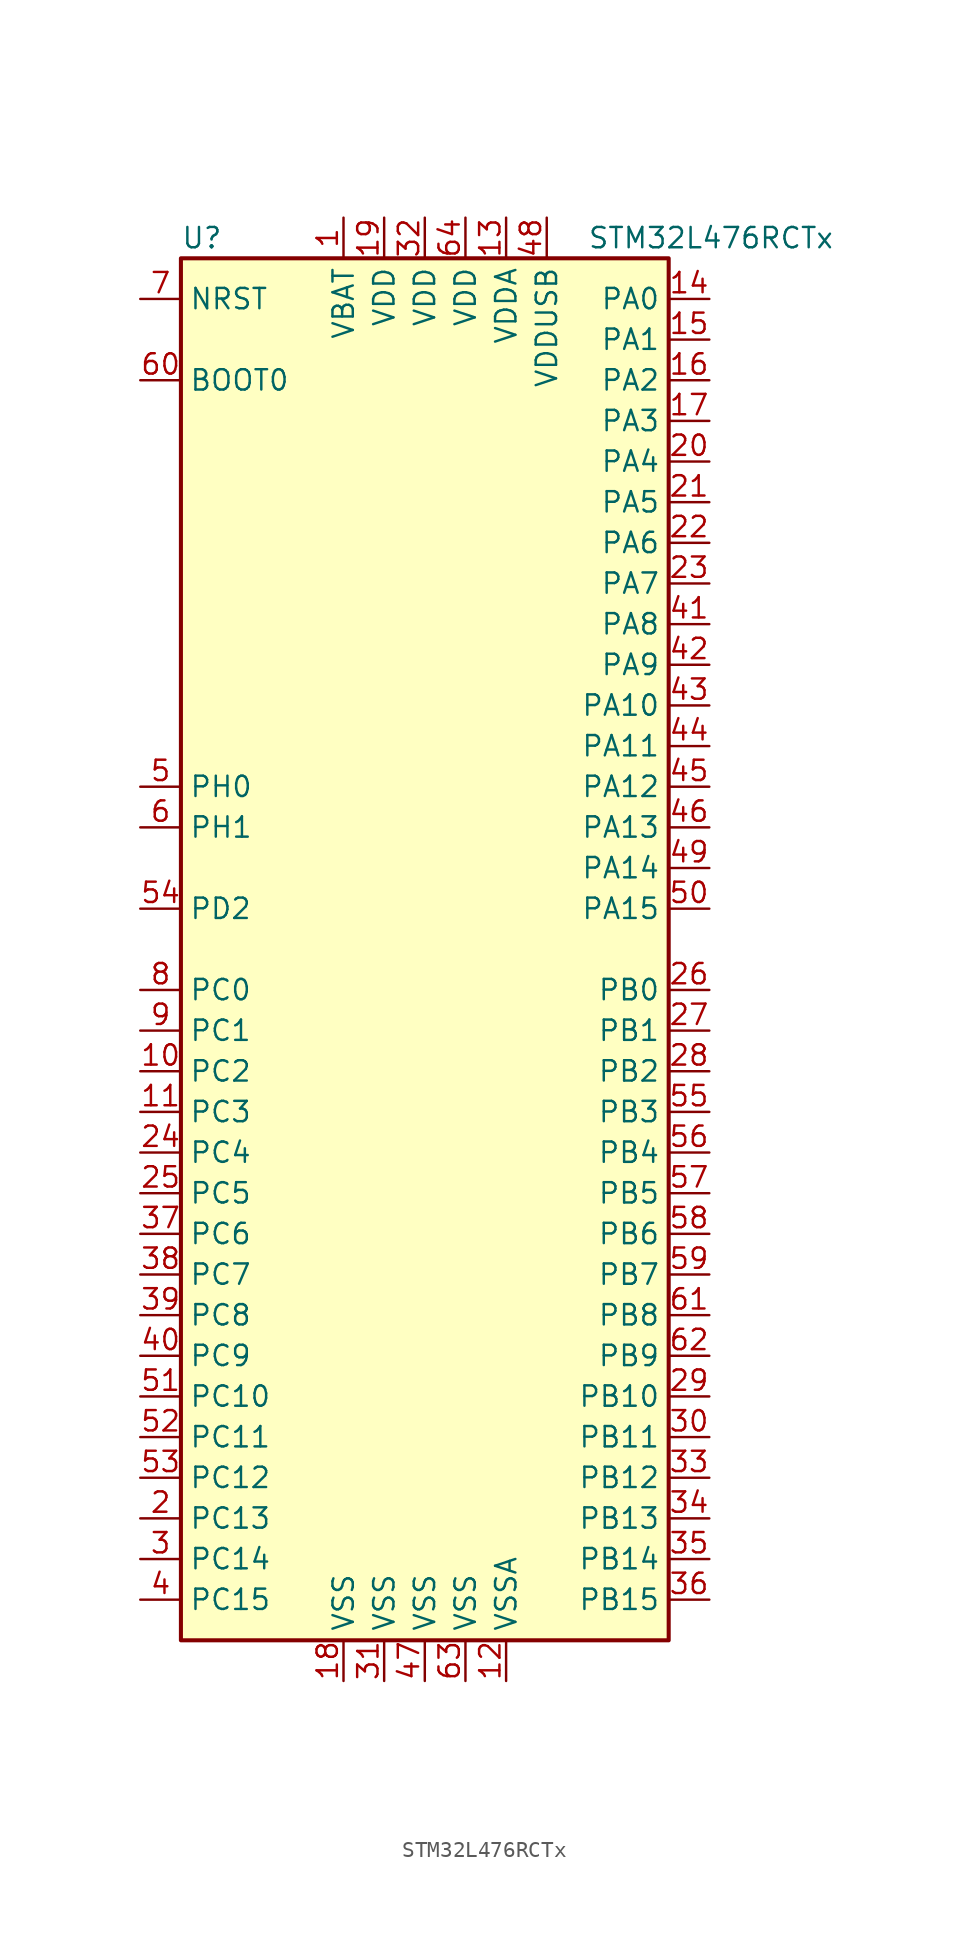
<source format=kicad_sym>
(kicad_symbol_lib
  (version 20201005)
  (generator kicad_symbol_editor)
  (symbol "STM32L476RCTx"
    (property "Reference" "U"
      (at -15.24 44.45 0)
      (effects (font (size 1.27 1.27)) (justify left)))
    (property "Value" "STM32L476RCTx"
      (at 10.16 44.45 0)
      (effects (font (size 1.27 1.27)) (justify left)))
    (symbol "STM32L476RCTx_0_1"
      (rectangle (start -15.24 -43.18) (end 15.24 43.18) (stroke (width 0.254)) (fill (type background))))
    (symbol "STM32L476RCTx_1_1"
      (pin power_in line (at -5.08 45.72 270) (length 2.54) (name "VBAT" (effects (font (size 1.27 1.27)))) (number "1" (effects (font (size 1.27 1.27)))))
      (pin bidirectional line (at -17.78 -7.62 0) (length 2.54) (name "PC2" (effects (font (size 1.27 1.27)))) (number "10" (effects (font (size 1.27 1.27)))))
      (pin bidirectional line (at -17.78 -10.16 0) (length 2.54) (name "PC3" (effects (font (size 1.27 1.27)))) (number "11" (effects (font (size 1.27 1.27)))))
      (pin power_in line (at 5.08 -45.72 90) (length 2.54) (name "VSSA" (effects (font (size 1.27 1.27)))) (number "12" (effects (font (size 1.27 1.27)))))
      (pin power_in line (at 5.08 45.72 270) (length 2.54) (name "VDDA" (effects (font (size 1.27 1.27)))) (number "13" (effects (font (size 1.27 1.27)))))
      (pin bidirectional line (at 17.78 40.64 180) (length 2.54) (name "PA0" (effects (font (size 1.27 1.27)))) (number "14" (effects (font (size 1.27 1.27)))))
      (pin bidirectional line (at 17.78 38.1 180) (length 2.54) (name "PA1" (effects (font (size 1.27 1.27)))) (number "15" (effects (font (size 1.27 1.27)))))
      (pin bidirectional line (at 17.78 35.56 180) (length 2.54) (name "PA2" (effects (font (size 1.27 1.27)))) (number "16" (effects (font (size 1.27 1.27)))))
      (pin bidirectional line (at 17.78 33.02 180) (length 2.54) (name "PA3" (effects (font (size 1.27 1.27)))) (number "17" (effects (font (size 1.27 1.27)))))
      (pin power_in line (at -5.08 -45.72 90) (length 2.54) (name "VSS" (effects (font (size 1.27 1.27)))) (number "18" (effects (font (size 1.27 1.27)))))
      (pin power_in line (at -2.54 45.72 270) (length 2.54) (name "VDD" (effects (font (size 1.27 1.27)))) (number "19" (effects (font (size 1.27 1.27)))))
      (pin bidirectional line (at -17.78 -35.56 0) (length 2.54) (name "PC13" (effects (font (size 1.27 1.27)))) (number "2" (effects (font (size 1.27 1.27)))))
      (pin bidirectional line (at 17.78 30.48 180) (length 2.54) (name "PA4" (effects (font (size 1.27 1.27)))) (number "20" (effects (font (size 1.27 1.27)))))
      (pin bidirectional line (at 17.78 27.94 180) (length 2.54) (name "PA5" (effects (font (size 1.27 1.27)))) (number "21" (effects (font (size 1.27 1.27)))))
      (pin bidirectional line (at 17.78 25.4 180) (length 2.54) (name "PA6" (effects (font (size 1.27 1.27)))) (number "22" (effects (font (size 1.27 1.27)))))
      (pin bidirectional line (at 17.78 22.86 180) (length 2.54) (name "PA7" (effects (font (size 1.27 1.27)))) (number "23" (effects (font (size 1.27 1.27)))))
      (pin bidirectional line (at -17.78 -12.7 0) (length 2.54) (name "PC4" (effects (font (size 1.27 1.27)))) (number "24" (effects (font (size 1.27 1.27)))))
      (pin bidirectional line (at -17.78 -15.24 0) (length 2.54) (name "PC5" (effects (font (size 1.27 1.27)))) (number "25" (effects (font (size 1.27 1.27)))))
      (pin bidirectional line (at 17.78 -2.54 180) (length 2.54) (name "PB0" (effects (font (size 1.27 1.27)))) (number "26" (effects (font (size 1.27 1.27)))))
      (pin bidirectional line (at 17.78 -5.08 180) (length 2.54) (name "PB1" (effects (font (size 1.27 1.27)))) (number "27" (effects (font (size 1.27 1.27)))))
      (pin bidirectional line (at 17.78 -7.62 180) (length 2.54) (name "PB2" (effects (font (size 1.27 1.27)))) (number "28" (effects (font (size 1.27 1.27)))))
      (pin bidirectional line (at 17.78 -27.94 180) (length 2.54) (name "PB10" (effects (font (size 1.27 1.27)))) (number "29" (effects (font (size 1.27 1.27)))))
      (pin bidirectional line (at -17.78 -38.1 0) (length 2.54) (name "PC14" (effects (font (size 1.27 1.27)))) (number "3" (effects (font (size 1.27 1.27)))))
      (pin bidirectional line (at 17.78 -30.48 180) (length 2.54) (name "PB11" (effects (font (size 1.27 1.27)))) (number "30" (effects (font (size 1.27 1.27)))))
      (pin power_in line (at -2.54 -45.72 90) (length 2.54) (name "VSS" (effects (font (size 1.27 1.27)))) (number "31" (effects (font (size 1.27 1.27)))))
      (pin power_in line (at 0 45.72 270) (length 2.54) (name "VDD" (effects (font (size 1.27 1.27)))) (number "32" (effects (font (size 1.27 1.27)))))
      (pin bidirectional line (at 17.78 -33.02 180) (length 2.54) (name "PB12" (effects (font (size 1.27 1.27)))) (number "33" (effects (font (size 1.27 1.27)))))
      (pin bidirectional line (at 17.78 -35.56 180) (length 2.54) (name "PB13" (effects (font (size 1.27 1.27)))) (number "34" (effects (font (size 1.27 1.27)))))
      (pin bidirectional line (at 17.78 -38.1 180) (length 2.54) (name "PB14" (effects (font (size 1.27 1.27)))) (number "35" (effects (font (size 1.27 1.27)))))
      (pin bidirectional line (at 17.78 -40.64 180) (length 2.54) (name "PB15" (effects (font (size 1.27 1.27)))) (number "36" (effects (font (size 1.27 1.27)))))
      (pin bidirectional line (at -17.78 -17.78 0) (length 2.54) (name "PC6" (effects (font (size 1.27 1.27)))) (number "37" (effects (font (size 1.27 1.27)))))
      (pin bidirectional line (at -17.78 -20.32 0) (length 2.54) (name "PC7" (effects (font (size 1.27 1.27)))) (number "38" (effects (font (size 1.27 1.27)))))
      (pin bidirectional line (at -17.78 -22.86 0) (length 2.54) (name "PC8" (effects (font (size 1.27 1.27)))) (number "39" (effects (font (size 1.27 1.27)))))
      (pin bidirectional line (at -17.78 -40.64 0) (length 2.54) (name "PC15" (effects (font (size 1.27 1.27)))) (number "4" (effects (font (size 1.27 1.27)))))
      (pin bidirectional line (at -17.78 -25.4 0) (length 2.54) (name "PC9" (effects (font (size 1.27 1.27)))) (number "40" (effects (font (size 1.27 1.27)))))
      (pin bidirectional line (at 17.78 20.32 180) (length 2.54) (name "PA8" (effects (font (size 1.27 1.27)))) (number "41" (effects (font (size 1.27 1.27)))))
      (pin bidirectional line (at 17.78 17.78 180) (length 2.54) (name "PA9" (effects (font (size 1.27 1.27)))) (number "42" (effects (font (size 1.27 1.27)))))
      (pin bidirectional line (at 17.78 15.24 180) (length 2.54) (name "PA10" (effects (font (size 1.27 1.27)))) (number "43" (effects (font (size 1.27 1.27)))))
      (pin bidirectional line (at 17.78 12.7 180) (length 2.54) (name "PA11" (effects (font (size 1.27 1.27)))) (number "44" (effects (font (size 1.27 1.27)))))
      (pin bidirectional line (at 17.78 10.16 180) (length 2.54) (name "PA12" (effects (font (size 1.27 1.27)))) (number "45" (effects (font (size 1.27 1.27)))))
      (pin bidirectional line (at 17.78 7.62 180) (length 2.54) (name "PA13" (effects (font (size 1.27 1.27)))) (number "46" (effects (font (size 1.27 1.27)))))
      (pin power_in line (at 0 -45.72 90) (length 2.54) (name "VSS" (effects (font (size 1.27 1.27)))) (number "47" (effects (font (size 1.27 1.27)))))
      (pin power_in line (at 7.62 45.72 270) (length 2.54) (name "VDDUSB" (effects (font (size 1.27 1.27)))) (number "48" (effects (font (size 1.27 1.27)))))
      (pin bidirectional line (at 17.78 5.08 180) (length 2.54) (name "PA14" (effects (font (size 1.27 1.27)))) (number "49" (effects (font (size 1.27 1.27)))))
      (pin input line (at -17.78 10.16 0) (length 2.54) (name "PH0" (effects (font (size 1.27 1.27)))) (number "5" (effects (font (size 1.27 1.27)))))
      (pin bidirectional line (at 17.78 2.54 180) (length 2.54) (name "PA15" (effects (font (size 1.27 1.27)))) (number "50" (effects (font (size 1.27 1.27)))))
      (pin bidirectional line (at -17.78 -27.94 0) (length 2.54) (name "PC10" (effects (font (size 1.27 1.27)))) (number "51" (effects (font (size 1.27 1.27)))))
      (pin bidirectional line (at -17.78 -30.48 0) (length 2.54) (name "PC11" (effects (font (size 1.27 1.27)))) (number "52" (effects (font (size 1.27 1.27)))))
      (pin bidirectional line (at -17.78 -33.02 0) (length 2.54) (name "PC12" (effects (font (size 1.27 1.27)))) (number "53" (effects (font (size 1.27 1.27)))))
      (pin bidirectional line (at -17.78 2.54 0) (length 2.54) (name "PD2" (effects (font (size 1.27 1.27)))) (number "54" (effects (font (size 1.27 1.27)))))
      (pin bidirectional line (at 17.78 -10.16 180) (length 2.54) (name "PB3" (effects (font (size 1.27 1.27)))) (number "55" (effects (font (size 1.27 1.27)))))
      (pin bidirectional line (at 17.78 -12.7 180) (length 2.54) (name "PB4" (effects (font (size 1.27 1.27)))) (number "56" (effects (font (size 1.27 1.27)))))
      (pin bidirectional line (at 17.78 -15.24 180) (length 2.54) (name "PB5" (effects (font (size 1.27 1.27)))) (number "57" (effects (font (size 1.27 1.27)))))
      (pin bidirectional line (at 17.78 -17.78 180) (length 2.54) (name "PB6" (effects (font (size 1.27 1.27)))) (number "58" (effects (font (size 1.27 1.27)))))
      (pin bidirectional line (at 17.78 -20.32 180) (length 2.54) (name "PB7" (effects (font (size 1.27 1.27)))) (number "59" (effects (font (size 1.27 1.27)))))
      (pin input line (at -17.78 7.62 0) (length 2.54) (name "PH1" (effects (font (size 1.27 1.27)))) (number "6" (effects (font (size 1.27 1.27)))))
      (pin input line (at -17.78 35.56 0) (length 2.54) (name "BOOT0" (effects (font (size 1.27 1.27)))) (number "60" (effects (font (size 1.27 1.27)))))
      (pin bidirectional line (at 17.78 -22.86 180) (length 2.54) (name "PB8" (effects (font (size 1.27 1.27)))) (number "61" (effects (font (size 1.27 1.27)))))
      (pin bidirectional line (at 17.78 -25.4 180) (length 2.54) (name "PB9" (effects (font (size 1.27 1.27)))) (number "62" (effects (font (size 1.27 1.27)))))
      (pin power_in line (at 2.54 -45.72 90) (length 2.54) (name "VSS" (effects (font (size 1.27 1.27)))) (number "63" (effects (font (size 1.27 1.27)))))
      (pin power_in line (at 2.54 45.72 270) (length 2.54) (name "VDD" (effects (font (size 1.27 1.27)))) (number "64" (effects (font (size 1.27 1.27)))))
      (pin input line (at -17.78 40.64 0) (length 2.54) (name "NRST" (effects (font (size 1.27 1.27)))) (number "7" (effects (font (size 1.27 1.27)))))
      (pin bidirectional line (at -17.78 -2.54 0) (length 2.54) (name "PC0" (effects (font (size 1.27 1.27)))) (number "8" (effects (font (size 1.27 1.27)))))
      (pin bidirectional line (at -17.78 -5.08 0) (length 2.54) (name "PC1" (effects (font (size 1.27 1.27)))) (number "9" (effects (font (size 1.27 1.27))))))))
</source>
